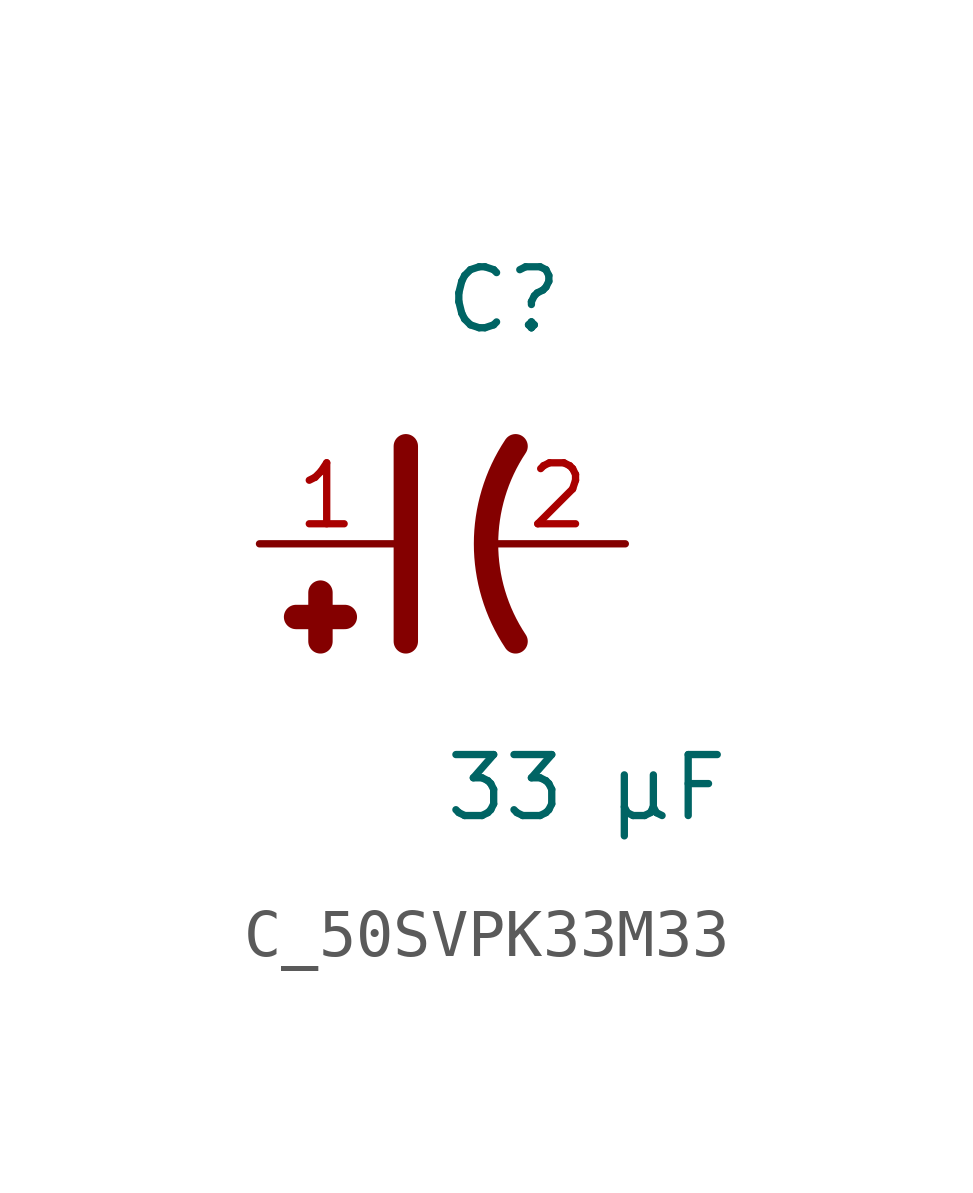
<source format=kicad_sym>
(kicad_symbol_lib
  (version 20231120)
  (generator kicad_symbol_editor)
  (generator_version 8.0)
  (symbol "C_50SVPK33M33"
    (pin_names
      (offset 0.254))
    (property "Reference" "C"
      (at 0 5.08 0)
      (effects (font (size 1.27 1.27)) (justify left)))
    (property "Value" "33 µF"
      (at 0 -5.08 0)
      (effects (font (size 1.27 1.27)) (justify left)))
    (symbol "C_50SVPK33M33_0_1"
      (polyline (pts (xy -0.762 -2.032) (xy -0.762 2.032)) (stroke (width 0.508) (type default)) (fill (type none)))
      (polyline (pts (xy -2.54 -1.016) (xy -2.54 -2.032)) (stroke (width 0.508) (type default)) (fill (type none)))
      (polyline (pts (xy -2.032 -1.524) (xy -3.048 -1.524)) (stroke (width 0.508) (type default)) (fill (type none)))
      (arc (start 1.524 2.032) (mid 0.9088 0) (end 1.524 -2.032) (stroke (width 0.508) (type default)) (fill (type none))))
    (pin unspecified line
      (at -3.81 0 0)
      (length 2.8)
      (name "" (effects (font (size 1.27 1.27))))
      (number "1" (effects (font (size 1.27 1.27)))))
    (pin unspecified line
      (at 3.81 0 180)
      (length 2.8)
      (name "" (effects (font (size 1.27 1.27))))
      (number "2" (effects (font (size 1.27 1.27)))))))
</source>
